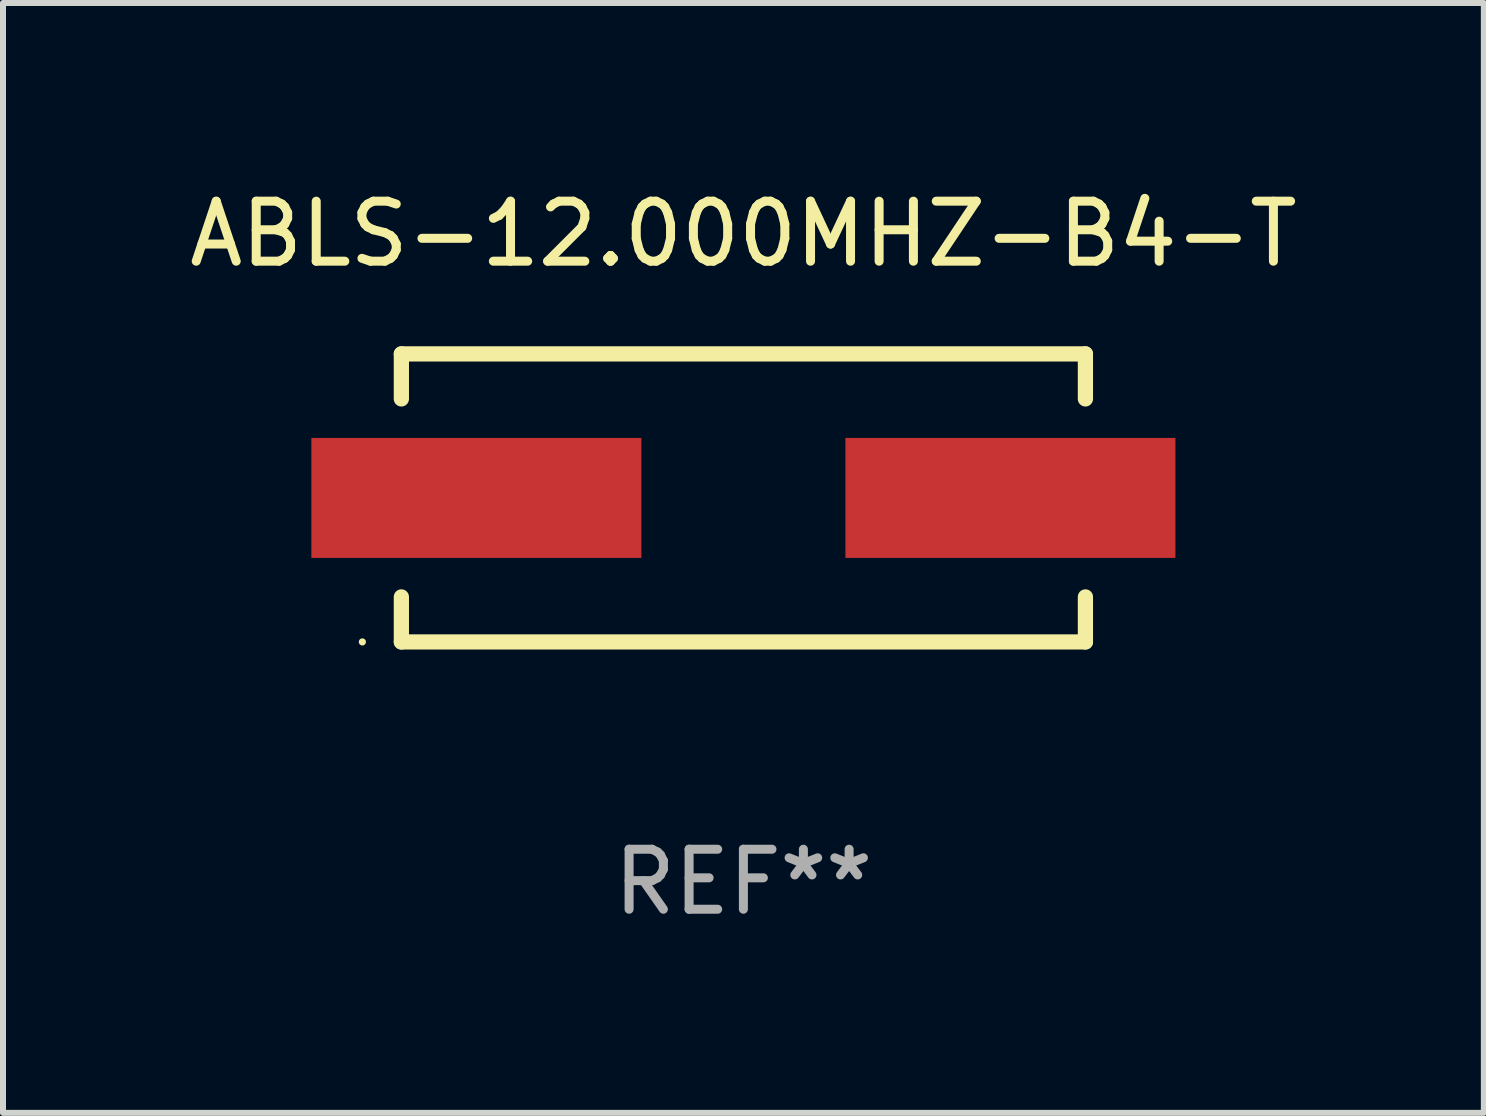
<source format=kicad_pcb>
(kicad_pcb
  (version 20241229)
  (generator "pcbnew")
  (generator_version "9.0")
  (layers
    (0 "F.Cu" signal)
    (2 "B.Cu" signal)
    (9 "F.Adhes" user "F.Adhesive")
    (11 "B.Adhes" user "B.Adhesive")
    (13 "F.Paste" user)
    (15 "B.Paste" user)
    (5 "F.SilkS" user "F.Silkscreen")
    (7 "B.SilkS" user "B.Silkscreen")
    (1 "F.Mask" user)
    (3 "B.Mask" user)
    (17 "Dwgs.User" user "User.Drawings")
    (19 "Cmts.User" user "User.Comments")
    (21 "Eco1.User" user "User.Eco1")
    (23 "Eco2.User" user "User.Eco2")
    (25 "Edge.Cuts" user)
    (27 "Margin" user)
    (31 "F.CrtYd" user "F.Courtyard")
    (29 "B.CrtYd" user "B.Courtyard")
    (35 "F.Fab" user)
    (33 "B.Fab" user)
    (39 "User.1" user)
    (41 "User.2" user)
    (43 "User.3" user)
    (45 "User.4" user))
  (footprint "ABLS-12.000MHZ-B4-T"
    (layer "F.Cu")
    (at 9.339 5.248)
    (property "Reference" "ABLS-12.000MHZ-B4-T" (at 0 -4.4 0) (layer "F.SilkS") (effects (font (size 1 1) (thickness 0.15))))
    (attr through_hole)
    (fp_line (start -5.7 -2.4) (end -5.7 -1.65) (stroke (width 0.254) (type solid)) (layer "F.SilkS"))
    (fp_line (start -5.7 2.4) (end -5.7 1.65) (stroke (width 0.254) (type solid)) (layer "F.SilkS"))
    (fp_line (start 5.7 -2.4) (end -5.7 -2.4) (stroke (width 0.254) (type solid)) (layer "F.SilkS"))
    (fp_line (start 5.7 -1.65) (end 5.7 -2.4) (stroke (width 0.254) (type solid)) (layer "F.SilkS"))
    (fp_line (start 5.7 1.65) (end 5.7 2.4) (stroke (width 0.254) (type solid)) (layer "F.SilkS"))
    (fp_line (start 5.7 2.4) (end -5.7 2.4) (stroke (width 0.254) (type solid)) (layer "F.SilkS"))
    (fp_circle (center -6.35 2.4) (end -6.32 2.4) (stroke (width 0.06) (type solid)) (fill no) (layer "F.SilkS"))
    (fp_text user "REF**" (at 0 6.4 0) (layer "F.Fab") (effects (font (size 1 1) (thickness 0.15))))
    (pad "1" smd rect (at -4.45 0.000064) (size 5.5 2) (layers "F.Cu" "F.Mask" "F.Paste"))
    (pad "2" smd rect (at 4.45 0.000064) (size 5.5 2) (layers "F.Cu" "F.Mask" "F.Paste")))
  (gr_rect
    (start -3 -3)
    (end 21.679 15.496)
    (stroke (width 0.1) (type default))
    (fill no)
    (layer "Edge.Cuts")))
</source>
